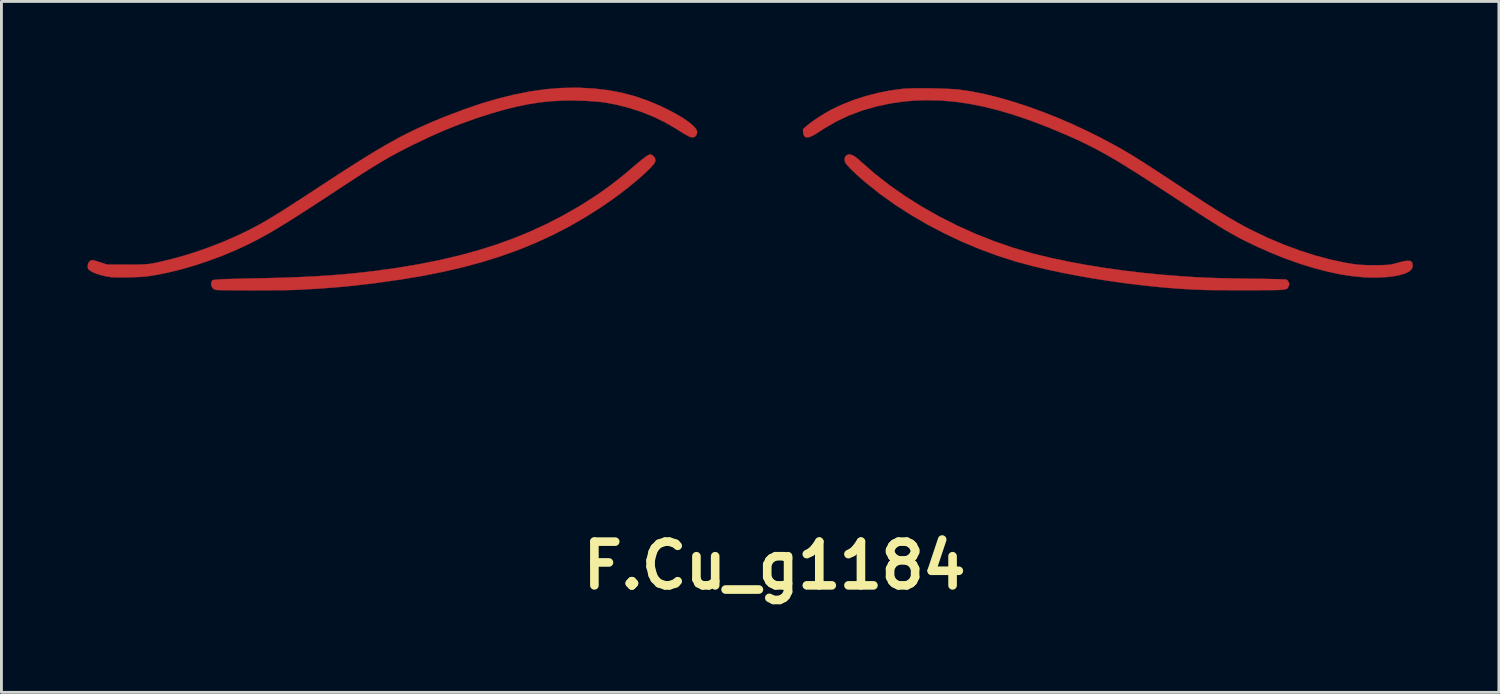
<source format=kicad_pcb>
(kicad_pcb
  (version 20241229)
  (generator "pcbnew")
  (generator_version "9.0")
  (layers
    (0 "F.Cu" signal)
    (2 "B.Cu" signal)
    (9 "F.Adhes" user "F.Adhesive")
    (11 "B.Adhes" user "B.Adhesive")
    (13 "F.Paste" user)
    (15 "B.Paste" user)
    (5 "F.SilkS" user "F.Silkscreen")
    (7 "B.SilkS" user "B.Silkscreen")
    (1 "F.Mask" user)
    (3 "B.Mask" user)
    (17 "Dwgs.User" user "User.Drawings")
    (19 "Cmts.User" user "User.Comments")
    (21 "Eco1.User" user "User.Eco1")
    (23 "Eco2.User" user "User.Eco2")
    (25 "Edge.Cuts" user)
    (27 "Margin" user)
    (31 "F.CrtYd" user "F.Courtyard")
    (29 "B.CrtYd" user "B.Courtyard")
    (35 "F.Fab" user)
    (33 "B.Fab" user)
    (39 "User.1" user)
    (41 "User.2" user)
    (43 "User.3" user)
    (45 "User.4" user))
  (footprint "F.Cu_g1184"
    (layer "F.Cu")
    (at 23.941 16.66)
    (property "Reference" "F.Cu_g1184" (at 0 0 0) (layer "F.SilkS") (effects (font (size 1.524 1.524) (thickness 0.3))))
    (attr through_hole)
    (fp_poly (pts (xy -4.273 -14.312) (xy -4.218 -14.269) (xy -4.174 -14.211) (xy -4.158 -14.173) (xy -4.151 -14.122) (xy -4.159 -14.073) (xy -4.187 -14.019) (xy -4.237 -13.954) (xy -4.313 -13.871) (xy -4.372 -13.812) (xy -4.586 -13.609) (xy -4.832 -13.395) (xy -5.104 -13.172) (xy -5.395 -12.948) (xy -5.699 -12.726) (xy -6.009 -12.513) (xy -6.093 -12.457) (xy -6.635 -12.116) (xy -7.186 -11.801) (xy -7.749 -11.512) (xy -8.327 -11.246) (xy -8.922 -11.003) (xy -9.539 -10.782) (xy -10.18 -10.582) (xy -10.848 -10.401) (xy -11.546 -10.239) (xy -12.278 -10.094) (xy -13.007 -9.972) (xy -13.958 -9.837) (xy -14.891 -9.732) (xy -15.818 -9.655) (xy -16.637 -9.61) (xy -16.752 -9.606) (xy -16.895 -9.602) (xy -17.062 -9.599) (xy -17.249 -9.597) (xy -17.451 -9.595) (xy -17.663 -9.593) (xy -17.882 -9.592) (xy -18.104 -9.591) (xy -18.323 -9.591) (xy -18.535 -9.592) (xy -18.736 -9.592) (xy -18.921 -9.594) (xy -19.087 -9.596) (xy -19.228 -9.598) (xy -19.341 -9.601) (xy -19.42 -9.604) (xy -19.463 -9.608) (xy -19.465 -9.608) (xy -19.534 -9.63) (xy -19.576 -9.661) (xy -19.607 -9.715) (xy -19.614 -9.731) (xy -19.634 -9.81) (xy -19.627 -9.881) (xy -19.596 -9.932) (xy -19.572 -9.947) (xy -19.542 -9.955) (xy -19.491 -9.962) (xy -19.419 -9.968) (xy -19.321 -9.975) (xy -19.197 -9.981) (xy -19.043 -9.986) (xy -18.858 -9.992) (xy -18.638 -9.998) (xy -18.381 -10.004) (xy -18.086 -10.01) (xy -17.96 -10.012) (xy -17.412 -10.025) (xy -16.902 -10.04) (xy -16.423 -10.06) (xy -15.971 -10.083) (xy -15.54 -10.11) (xy -15.125 -10.142) (xy -14.721 -10.179) (xy -14.323 -10.221) (xy -13.938 -10.267) (xy -13.153 -10.376) (xy -12.404 -10.501) (xy -11.689 -10.642) (xy -11.006 -10.802) (xy -10.351 -10.98) (xy -9.722 -11.177) (xy -9.116 -11.395) (xy -8.529 -11.635) (xy -7.96 -11.896) (xy -7.406 -12.181) (xy -6.863 -12.489) (xy -6.646 -12.621) (xy -6.322 -12.828) (xy -6.017 -13.034) (xy -5.722 -13.248) (xy -5.426 -13.477) (xy -5.119 -13.727) (xy -4.912 -13.904) (xy -4.757 -14.035) (xy -4.63 -14.14) (xy -4.528 -14.219) (xy -4.448 -14.276) (xy -4.387 -14.311) (xy -4.343 -14.328) (xy -4.327 -14.33) (xy -4.273 -14.312)) (stroke (width 0.01) (type solid)) (fill yes) (layer "F.Cu"))
    (fp_poly (pts (xy 2.666 -14.321) (xy 2.74 -14.291) (xy 2.824 -14.237) (xy 2.925 -14.156) (xy 3.006 -14.083) (xy 3.489 -13.661) (xy 4.007 -13.256) (xy 4.557 -12.871) (xy 5.136 -12.507) (xy 5.739 -12.166) (xy 6.363 -11.85) (xy 7.004 -11.561) (xy 7.658 -11.302) (xy 8.322 -11.073) (xy 8.991 -10.878) (xy 9.059 -10.861) (xy 9.622 -10.724) (xy 10.22 -10.597) (xy 10.849 -10.48) (xy 11.504 -10.374) (xy 12.178 -10.28) (xy 12.868 -10.198) (xy 13.567 -10.13) (xy 14.27 -10.076) (xy 14.277 -10.076) (xy 14.496 -10.062) (xy 14.703 -10.049) (xy 14.904 -10.039) (xy 15.104 -10.03) (xy 15.31 -10.023) (xy 15.528 -10.016) (xy 15.765 -10.011) (xy 16.026 -10.006) (xy 16.317 -10.002) (xy 16.605 -9.998) (xy 16.827 -9.995) (xy 17.036 -9.992) (xy 17.23 -9.988) (xy 17.405 -9.985) (xy 17.555 -9.981) (xy 17.678 -9.977) (xy 17.769 -9.973) (xy 17.824 -9.969) (xy 17.839 -9.967) (xy 17.879 -9.936) (xy 17.915 -9.883) (xy 17.919 -9.874) (xy 17.938 -9.819) (xy 17.936 -9.778) (xy 17.918 -9.737) (xy 17.903 -9.708) (xy 17.89 -9.684) (xy 17.874 -9.664) (xy 17.852 -9.647) (xy 17.82 -9.634) (xy 17.777 -9.623) (xy 17.718 -9.614) (xy 17.64 -9.608) (xy 17.539 -9.604) (xy 17.413 -9.601) (xy 17.258 -9.599) (xy 17.072 -9.599) (xy 16.849 -9.598) (xy 16.589 -9.598) (xy 16.553 -9.598) (xy 16.321 -9.598) (xy 16.094 -9.598) (xy 15.877 -9.598) (xy 15.676 -9.599) (xy 15.494 -9.599) (xy 15.338 -9.6) (xy 15.211 -9.601) (xy 15.118 -9.602) (xy 15.081 -9.602) (xy 14.568 -9.621) (xy 14.029 -9.654) (xy 13.469 -9.7) (xy 12.894 -9.759) (xy 12.311 -9.829) (xy 11.726 -9.91) (xy 11.144 -10) (xy 10.573 -10.099) (xy 10.018 -10.206) (xy 9.486 -10.321) (xy 8.982 -10.441) (xy 8.513 -10.566) (xy 8.424 -10.591) (xy 7.788 -10.793) (xy 7.154 -11.026) (xy 6.528 -11.289) (xy 5.914 -11.579) (xy 5.316 -11.893) (xy 4.739 -12.229) (xy 4.188 -12.585) (xy 3.666 -12.958) (xy 3.179 -13.346) (xy 3.006 -13.496) (xy 2.86 -13.627) (xy 2.732 -13.748) (xy 2.624 -13.856) (xy 2.539 -13.947) (xy 2.482 -14.019) (xy 2.456 -14.064) (xy 2.44 -14.15) (xy 2.455 -14.228) (xy 2.497 -14.29) (xy 2.559 -14.325) (xy 2.597 -14.33) (xy 2.666 -14.321)) (stroke (width 0.01) (type solid)) (fill yes) (layer "F.Cu"))
    (fp_poly (pts (xy 5.358 -16.633) (xy 5.573 -16.629) (xy 5.786 -16.624) (xy 5.987 -16.616) (xy 6.169 -16.607) (xy 6.325 -16.597) (xy 6.435 -16.586) (xy 6.865 -16.523) (xy 7.322 -16.431) (xy 7.801 -16.314) (xy 8.298 -16.171) (xy 8.81 -16.005) (xy 9.332 -15.816) (xy 9.86 -15.608) (xy 10.39 -15.38) (xy 10.917 -15.134) (xy 11.439 -14.872) (xy 11.902 -14.623) (xy 12.024 -14.554) (xy 12.142 -14.487) (xy 12.259 -14.418) (xy 12.379 -14.347) (xy 12.504 -14.271) (xy 12.638 -14.188) (xy 12.784 -14.097) (xy 12.944 -13.994) (xy 13.122 -13.879) (xy 13.321 -13.749) (xy 13.545 -13.603) (xy 13.795 -13.438) (xy 14.076 -13.253) (xy 14.245 -13.141) (xy 14.569 -12.927) (xy 14.863 -12.736) (xy 15.128 -12.564) (xy 15.371 -12.41) (xy 15.593 -12.272) (xy 15.798 -12.148) (xy 15.991 -12.035) (xy 16.175 -11.931) (xy 16.353 -11.833) (xy 16.528 -11.74) (xy 16.637 -11.685) (xy 17.178 -11.426) (xy 17.727 -11.193) (xy 18.277 -10.988) (xy 18.824 -10.812) (xy 19.363 -10.667) (xy 19.888 -10.555) (xy 20.256 -10.495) (xy 20.358 -10.485) (xy 20.487 -10.477) (xy 20.635 -10.471) (xy 20.794 -10.468) (xy 20.956 -10.468) (xy 21.112 -10.469) (xy 21.254 -10.474) (xy 21.375 -10.481) (xy 21.465 -10.49) (xy 21.495 -10.495) (xy 21.578 -10.515) (xy 21.681 -10.542) (xy 21.785 -10.57) (xy 21.801 -10.575) (xy 21.95 -10.61) (xy 22.069 -10.624) (xy 22.154 -10.615) (xy 22.191 -10.598) (xy 22.225 -10.55) (xy 22.239 -10.479) (xy 22.233 -10.402) (xy 22.207 -10.337) (xy 22.141 -10.268) (xy 22.036 -10.207) (xy 21.897 -10.154) (xy 21.727 -10.11) (xy 21.528 -10.076) (xy 21.304 -10.053) (xy 21.06 -10.04) (xy 20.797 -10.038) (xy 20.553 -10.047) (xy 20.146 -10.084) (xy 19.714 -10.151) (xy 19.261 -10.247) (xy 18.791 -10.37) (xy 18.306 -10.52) (xy 17.812 -10.696) (xy 17.311 -10.896) (xy 16.808 -11.118) (xy 16.416 -11.308) (xy 16.285 -11.374) (xy 16.156 -11.441) (xy 16.027 -11.512) (xy 15.893 -11.587) (xy 15.752 -11.668) (xy 15.601 -11.758) (xy 15.437 -11.859) (xy 15.256 -11.972) (xy 15.055 -12.099) (xy 14.832 -12.243) (xy 14.583 -12.404) (xy 14.306 -12.585) (xy 13.996 -12.788) (xy 13.991 -12.792) (xy 13.613 -13.039) (xy 13.267 -13.265) (xy 12.95 -13.47) (xy 12.659 -13.656) (xy 12.391 -13.824) (xy 12.143 -13.977) (xy 11.912 -14.117) (xy 11.695 -14.244) (xy 11.489 -14.361) (xy 11.291 -14.469) (xy 11.099 -14.57) (xy 10.909 -14.667) (xy 10.718 -14.759) (xy 10.524 -14.85) (xy 10.323 -14.941) (xy 10.16 -15.013) (xy 9.543 -15.271) (xy 8.951 -15.498) (xy 8.383 -15.693) (xy 7.835 -15.857) (xy 7.305 -15.99) (xy 6.793 -16.092) (xy 6.295 -16.164) (xy 5.808 -16.207) (xy 5.333 -16.22) (xy 4.865 -16.205) (xy 4.403 -16.16) (xy 4.043 -16.106) (xy 3.537 -15.999) (xy 3.052 -15.858) (xy 2.591 -15.684) (xy 2.156 -15.479) (xy 1.747 -15.242) (xy 1.659 -15.185) (xy 1.513 -15.09) (xy 1.396 -15.018) (xy 1.303 -14.969) (xy 1.229 -14.938) (xy 1.169 -14.924) (xy 1.145 -14.922) (xy 1.076 -14.935) (xy 1.031 -14.975) (xy 1.006 -15.047) (xy 1 -15.09) (xy 0.989 -15.201) (xy 1.103 -15.308) (xy 1.187 -15.379) (xy 1.301 -15.465) (xy 1.437 -15.559) (xy 1.585 -15.656) (xy 1.739 -15.752) (xy 1.889 -15.839) (xy 1.99 -15.894) (xy 2.36 -16.069) (xy 2.76 -16.227) (xy 3.181 -16.362) (xy 3.613 -16.474) (xy 4.049 -16.56) (xy 4.477 -16.616) (xy 4.492 -16.617) (xy 4.611 -16.625) (xy 4.765 -16.63) (xy 4.946 -16.633) (xy 5.146 -16.634) (xy 5.358 -16.633)) (stroke (width 0.01) (type solid)) (fill yes) (layer "F.Cu"))
    (fp_poly (pts (xy -6.773 -16.651) (xy -6.266 -16.622) (xy -5.786 -16.565) (xy -5.325 -16.478) (xy -4.877 -16.36) (xy -4.436 -16.209) (xy -3.993 -16.024) (xy -3.625 -15.844) (xy -3.411 -15.728) (xy -3.22 -15.614) (xy -3.054 -15.504) (xy -2.916 -15.399) (xy -2.81 -15.303) (xy -2.737 -15.218) (xy -2.701 -15.144) (xy -2.7 -15.141) (xy -2.7 -15.065) (xy -2.727 -14.995) (xy -2.775 -14.945) (xy -2.807 -14.931) (xy -2.845 -14.924) (xy -2.885 -14.925) (xy -2.931 -14.936) (xy -2.988 -14.959) (xy -3.061 -14.997) (xy -3.155 -15.05) (xy -3.273 -15.123) (xy -3.421 -15.216) (xy -3.461 -15.241) (xy -3.823 -15.451) (xy -4.215 -15.641) (xy -4.631 -15.808) (xy -5.063 -15.949) (xy -5.503 -16.062) (xy -5.92 -16.14) (xy -6.005 -16.151) (xy -6.122 -16.162) (xy -6.261 -16.174) (xy -6.413 -16.185) (xy -6.568 -16.195) (xy -6.608 -16.197) (xy -7.012 -16.21) (xy -7.406 -16.205) (xy -7.796 -16.182) (xy -8.186 -16.14) (xy -8.582 -16.078) (xy -8.99 -15.994) (xy -9.414 -15.889) (xy -9.861 -15.76) (xy -10.336 -15.608) (xy -10.45 -15.569) (xy -10.989 -15.375) (xy -11.521 -15.162) (xy -12.057 -14.925) (xy -12.609 -14.66) (xy -12.679 -14.625) (xy -12.861 -14.533) (xy -13.029 -14.446) (xy -13.188 -14.362) (xy -13.343 -14.278) (xy -13.495 -14.192) (xy -13.651 -14.102) (xy -13.813 -14.005) (xy -13.985 -13.899) (xy -14.172 -13.782) (xy -14.378 -13.651) (xy -14.606 -13.503) (xy -14.861 -13.337) (xy -15.146 -13.151) (xy -15.198 -13.116) (xy -15.555 -12.882) (xy -15.88 -12.669) (xy -16.176 -12.477) (xy -16.444 -12.304) (xy -16.688 -12.148) (xy -16.911 -12.008) (xy -17.114 -11.881) (xy -17.301 -11.767) (xy -17.474 -11.664) (xy -17.637 -11.57) (xy -17.79 -11.484) (xy -17.939 -11.403) (xy -18.084 -11.327) (xy -18.229 -11.253) (xy -18.32 -11.207) (xy -18.769 -10.997) (xy -19.237 -10.801) (xy -19.715 -10.623) (xy -20.195 -10.463) (xy -20.672 -10.325) (xy -21.137 -10.211) (xy -21.584 -10.122) (xy -21.823 -10.085) (xy -21.933 -10.073) (xy -22.071 -10.063) (xy -22.23 -10.054) (xy -22.399 -10.048) (xy -22.572 -10.044) (xy -22.739 -10.042) (xy -22.892 -10.043) (xy -23.023 -10.046) (xy -23.122 -10.053) (xy -23.146 -10.056) (xy -23.314 -10.084) (xy -23.473 -10.122) (xy -23.616 -10.166) (xy -23.739 -10.215) (xy -23.836 -10.266) (xy -23.901 -10.318) (xy -23.925 -10.357) (xy -23.936 -10.44) (xy -23.92 -10.521) (xy -23.883 -10.589) (xy -23.83 -10.634) (xy -23.78 -10.647) (xy -23.74 -10.64) (xy -23.67 -10.623) (xy -23.58 -10.596) (xy -23.49 -10.567) (xy -23.252 -10.488) (xy -22.574 -10.488) (xy -22.37 -10.489) (xy -22.201 -10.49) (xy -22.057 -10.493) (xy -21.933 -10.5) (xy -21.818 -10.51) (xy -21.706 -10.526) (xy -21.588 -10.547) (xy -21.457 -10.575) (xy -21.304 -10.611) (xy -21.121 -10.655) (xy -21.064 -10.669) (xy -20.607 -10.793) (xy -20.134 -10.941) (xy -19.657 -11.11) (xy -19.185 -11.296) (xy -18.732 -11.493) (xy -18.306 -11.699) (xy -18.182 -11.763) (xy -18.064 -11.827) (xy -17.949 -11.889) (xy -17.834 -11.954) (xy -17.716 -12.021) (xy -17.592 -12.094) (xy -17.46 -12.174) (xy -17.317 -12.262) (xy -17.159 -12.361) (xy -16.983 -12.472) (xy -16.788 -12.598) (xy -16.569 -12.739) (xy -16.323 -12.899) (xy -16.049 -13.078) (xy -15.743 -13.279) (xy -15.716 -13.296) (xy -15.326 -13.551) (xy -14.966 -13.784) (xy -14.635 -13.996) (xy -14.328 -14.188) (xy -14.043 -14.364) (xy -13.776 -14.524) (xy -13.524 -14.671) (xy -13.283 -14.806) (xy -13.051 -14.932) (xy -12.824 -15.049) (xy -12.598 -15.16) (xy -12.371 -15.266) (xy -12.139 -15.37) (xy -11.899 -15.474) (xy -11.648 -15.578) (xy -11.457 -15.655) (xy -10.826 -15.895) (xy -10.219 -16.102) (xy -9.633 -16.275) (xy -9.067 -16.415) (xy -8.518 -16.523) (xy -7.986 -16.599) (xy -7.469 -16.642) (xy -6.963 -16.655) (xy -6.773 -16.651)) (stroke (width 0.01) (type solid)) (fill yes) (layer "F.Cu")))
  (gr_rect
    (start -3 -3)
    (end 49.185 21.078)
    (stroke (width 0.1) (type default))
    (fill no)
    (layer "Edge.Cuts")))
</source>
